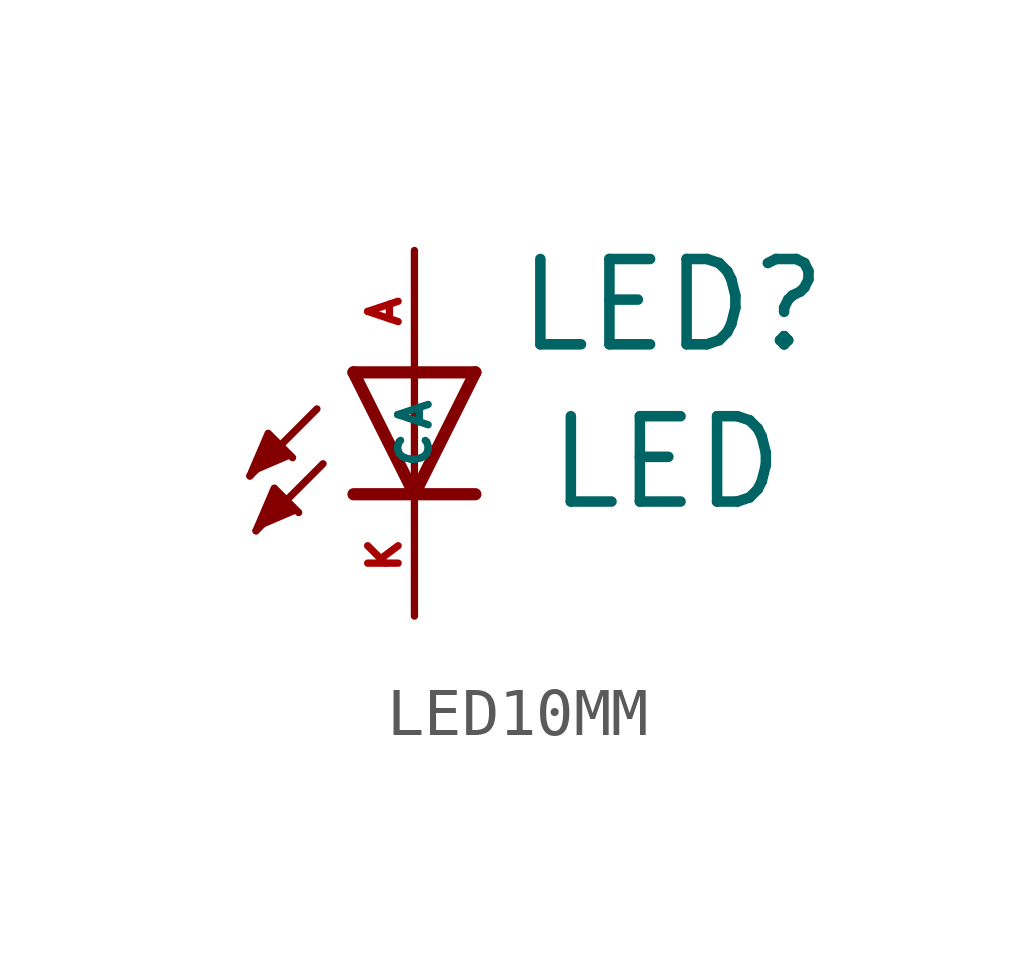
<source format=kicad_sym>
(kicad_symbol_lib
  (version 20220914)
  (generator kicad_symbol_editor)
  (symbol "LED10MM"
    (property "Reference" "LED"
      (at 2.057 0.356 0)
      (effects (font (size 1.778 1.778) (thickness 0.22)) (justify left bottom)))
    (property "Value" "LED"
      (at 2.692 -2.921 0)
      (effects (font (size 1.778 1.778) (thickness 0.22)) (justify left bottom)))
    (symbol "LED10MM_1_1"
      (polyline (pts (xy -2.032 -0.762) (xy -3.429 -2.159)) (stroke (width 0.152) (type default)) (fill (type none)))
      (polyline (pts (xy -1.905 -1.905) (xy -3.302 -3.302)) (stroke (width 0.152) (type default)) (fill (type none)))
      (polyline (pts (xy 0 -2.54) (xy -1.27 -2.54)) (stroke (width 0.254) (type default)) (fill (type none)))
      (polyline (pts (xy 0 -2.54) (xy -1.27 0)) (stroke (width 0.254) (type default)) (fill (type none)))
      (polyline (pts (xy 0 0) (xy -1.27 0)) (stroke (width 0.254) (type default)) (fill (type none)))
      (polyline (pts (xy 0 0) (xy 0 -2.54)) (stroke (width 0.152) (type default)) (fill (type none)))
      (polyline (pts (xy 1.27 -2.54) (xy 0 -2.54)) (stroke (width 0.254) (type default)) (fill (type none)))
      (polyline (pts (xy 1.27 0) (xy 0 -2.54)) (stroke (width 0.254) (type default)) (fill (type none)))
      (polyline (pts (xy 1.27 0) (xy 0 0)) (stroke (width 0.254) (type default)) (fill (type none)))
      (polyline (pts (xy -3.429 -2.159) (xy -3.048 -1.27) (xy -2.54 -1.778)) (stroke (width 0.152) (type default)) (fill (type outline)))
      (polyline (pts (xy -3.302 -3.302) (xy -2.921 -2.413) (xy -2.413 -2.921)) (stroke (width 0.152) (type default)) (fill (type outline)))
      (pin passive line (at 0 2.54 270) (length 2.54) (name "A" (effects (font (size 0.635 0.635)))) (number "A" (effects (font (size 0.635 0.635)))))
      (pin passive line (at 0 -5.08 90) (length 2.54) (name "C" (effects (font (size 0.635 0.635)))) (number "K" (effects (font (size 0.635 0.635))))))))
</source>
